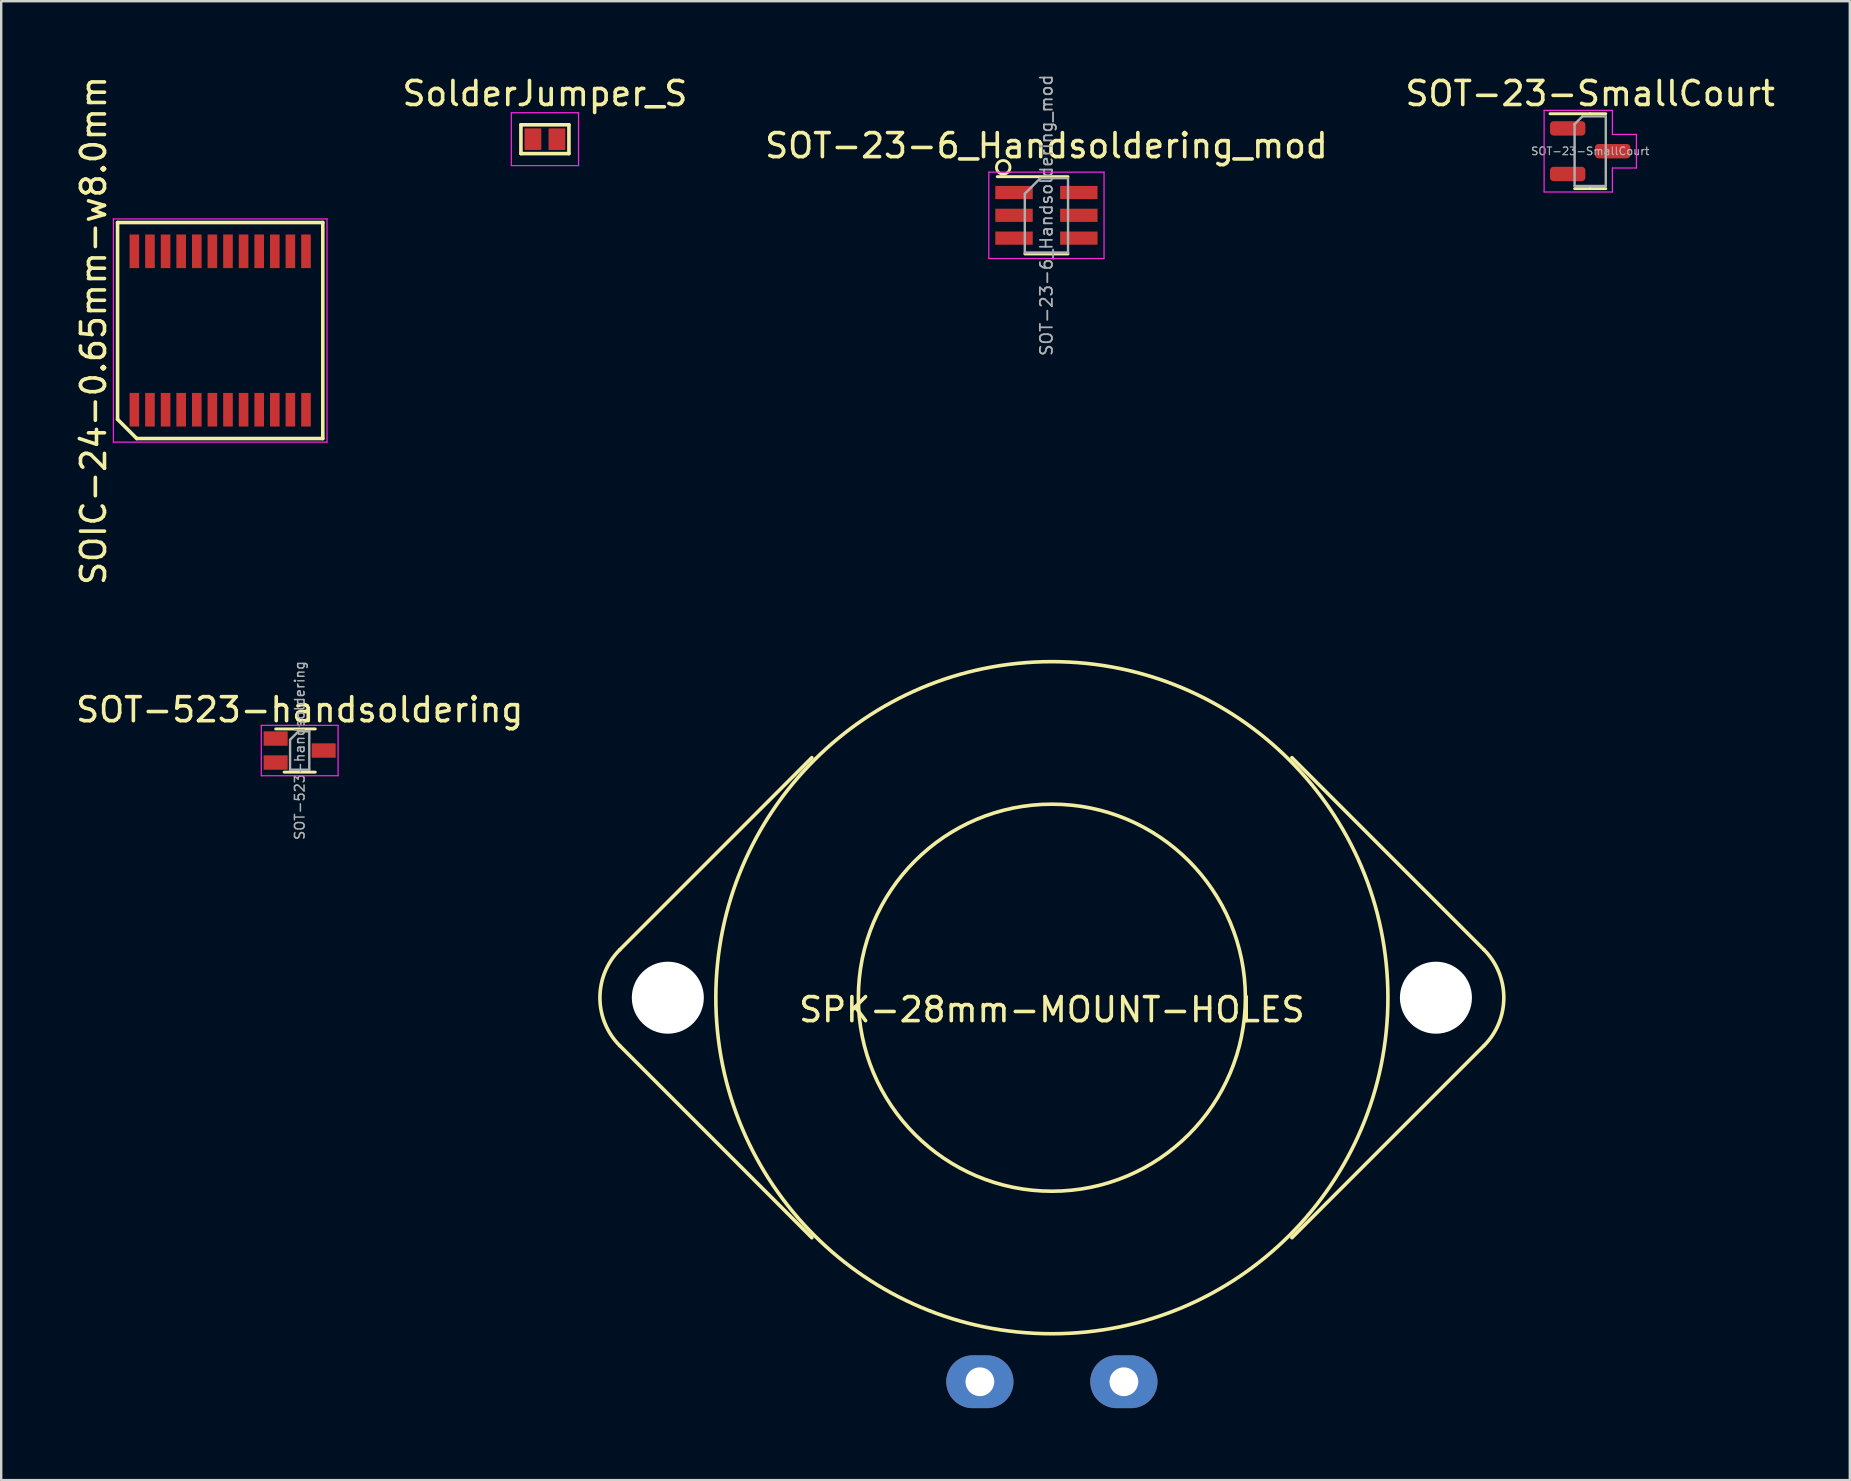
<source format=kicad_pcb>
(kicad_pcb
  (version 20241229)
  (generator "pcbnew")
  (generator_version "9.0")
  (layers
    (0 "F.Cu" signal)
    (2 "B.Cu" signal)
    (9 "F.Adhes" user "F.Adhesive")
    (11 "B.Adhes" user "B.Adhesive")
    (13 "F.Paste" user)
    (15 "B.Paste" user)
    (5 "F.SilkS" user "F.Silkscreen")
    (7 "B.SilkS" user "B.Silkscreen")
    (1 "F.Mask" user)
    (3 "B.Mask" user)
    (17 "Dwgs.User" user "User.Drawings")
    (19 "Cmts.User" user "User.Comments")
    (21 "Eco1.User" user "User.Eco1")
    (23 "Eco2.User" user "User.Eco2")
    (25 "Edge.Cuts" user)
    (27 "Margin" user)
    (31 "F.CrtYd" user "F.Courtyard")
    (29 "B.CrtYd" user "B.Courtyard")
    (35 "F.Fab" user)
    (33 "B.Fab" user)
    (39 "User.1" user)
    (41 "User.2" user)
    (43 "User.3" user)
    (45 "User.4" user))
  (footprint "SPK-28mm-MOUNT-HOLES"
    (layer "F.Cu")
    (at 40.772 38.515)
    (property "Reference" "SPK-28mm-MOUNT-HOLES" (at 0 0.5 0) (layer "F.SilkS") (effects (font (size 1 1) (thickness 0.15))))
    (attr through_hole)
    (fp_line (start -18 -2) (end -10 -10) (stroke (width 0.15) (type solid)) (layer "F.SilkS"))
    (fp_line (start -18 2) (end -10 10) (stroke (width 0.15) (type solid)) (layer "F.SilkS"))
    (fp_line (start 18 -2) (end 10 -10) (stroke (width 0.15) (type solid)) (layer "F.SilkS"))
    (fp_line (start 18 2) (end 10 10) (stroke (width 0.15) (type solid)) (layer "F.SilkS"))
    (fp_arc (start -17.999999 1.999999) (mid -18.828426 0) (end -17.999999 -1.999999) (stroke (width 0.15) (type solid)) (layer "F.SilkS"))
    (fp_arc (start 17.999999 -1.999999) (mid 18.828426 0) (end 17.999999 1.999999) (stroke (width 0.15) (type solid)) (layer "F.SilkS"))
    (fp_circle (center 0 0) (end 8 1) (stroke (width 0.15) (type solid)) (fill no) (layer "F.SilkS"))
    (fp_circle (center 0 0) (end 14 0) (stroke (width 0.15) (type solid)) (fill no) (layer "F.SilkS"))
    (pad "" np_thru_hole circle (at -16 0) (size 3 3) (drill 3) (layers "*.Cu" "*.Mask"))
    (pad "" np_thru_hole circle (at 16 0) (size 3 3) (drill 3) (layers "*.Cu" "*.Mask"))
    (pad "1" thru_hole oval (at -3 16) (size 2.8 2.2) (drill 1.2) (layers "*.Cu" "*.Mask"))
    (pad "2" thru_hole oval (at 3 16) (size 2.8 2.2) (drill 1.2) (layers "*.Cu" "*.Mask")))
  (footprint "SOT-23-SmallCourt"
    (layer "F.Cu")
    (at 63.199 3.248)
    (property "Reference" "SOT-23-SmallCourt" (at 0 -2.4 0) (layer "F.SilkS") (effects (font (size 1 1) (thickness 0.15))))
    (attr smd)
    (fp_line (start 0 -1.56) (end -1.675 -1.56) (stroke (width 0.12) (type solid)) (layer "F.SilkS"))
    (fp_line (start 0 -1.56) (end 0.65 -1.56) (stroke (width 0.12) (type solid)) (layer "F.SilkS"))
    (fp_line (start 0 1.56) (end -0.65 1.56) (stroke (width 0.12) (type solid)) (layer "F.SilkS"))
    (fp_line (start 0 1.56) (end 0.65 1.56) (stroke (width 0.12) (type solid)) (layer "F.SilkS"))
    (fp_line (start -1.92 -1.7) (end -1.92 1.7) (stroke (width 0.05) (type solid)) (layer "F.CrtYd"))
    (fp_line (start -1.92 1.7) (end 0.925 1.7) (stroke (width 0.05) (type solid)) (layer "F.CrtYd"))
    (fp_line (start 0.925 -1.7) (end -1.92 -1.7) (stroke (width 0.05) (type solid)) (layer "F.CrtYd"))
    (fp_line (start 0.925 -1.7) (end 0.925 -0.7) (stroke (width 0.05) (type solid)) (layer "F.CrtYd"))
    (fp_line (start 0.925 -0.7) (end 1.925 -0.7) (stroke (width 0.05) (type solid)) (layer "F.CrtYd"))
    (fp_line (start 0.925 0.7) (end 0.925 1.7) (stroke (width 0.05) (type solid)) (layer "F.CrtYd"))
    (fp_line (start 1.925 -0.7) (end 1.925 0.7) (stroke (width 0.05) (type solid)) (layer "F.CrtYd"))
    (fp_line (start 1.925 0.7) (end 0.925 0.7) (stroke (width 0.05) (type solid)) (layer "F.CrtYd"))
    (fp_line (start -0.65 -1.125) (end -0.325 -1.45) (stroke (width 0.1) (type solid)) (layer "F.Fab"))
    (fp_line (start -0.65 1.45) (end -0.65 -1.125) (stroke (width 0.1) (type solid)) (layer "F.Fab"))
    (fp_line (start -0.325 -1.45) (end 0.65 -1.45) (stroke (width 0.1) (type solid)) (layer "F.Fab"))
    (fp_line (start 0.65 -1.45) (end 0.65 1.45) (stroke (width 0.1) (type solid)) (layer "F.Fab"))
    (fp_line (start 0.65 1.45) (end -0.65 1.45) (stroke (width 0.1) (type solid)) (layer "F.Fab"))
    (fp_text user "${REFERENCE}" (at 0 0 0) (layer "F.Fab") (effects (font (size 0.32 0.32) (thickness 0.05))))
    (pad "1" smd roundrect (at -0.938 -0.95) (size 1.475 0.6) (layers "F.Cu" "F.Mask" "F.Paste") (roundrect_rratio 0.25))
    (pad "2" smd roundrect (at -0.938 0.95) (size 1.475 0.6) (layers "F.Cu" "F.Mask" "F.Paste") (roundrect_rratio 0.25))
    (pad "3" smd roundrect (at 0.938 0) (size 1.475 0.6) (layers "F.Cu" "F.Mask" "F.Paste") (roundrect_rratio 0.25)))
  (footprint "SOT-23-6_Handsoldering_mod"
    (layer "F.Cu")
    (at 40.545 5.92)
    (property "Reference" "SOT-23-6_Handsoldering_mod" (at 0 -2.9 0) (layer "F.SilkS") (effects (font (size 1 1) (thickness 0.15))))
    (attr smd)
    (fp_line (start -0.9 1.61) (end 0.9 1.61) (stroke (width 0.12) (type solid)) (layer "F.SilkS"))
    (fp_line (start 0.9 -1.61) (end -2.05 -1.61) (stroke (width 0.12) (type solid)) (layer "F.SilkS"))
    (fp_circle (center -1.8 -2) (end -1.6 -1.8) (stroke (width 0.12) (type solid)) (fill no) (layer "F.SilkS"))
    (fp_line (start -2.4 -1.8) (end 2.4 -1.8) (stroke (width 0.05) (type solid)) (layer "F.CrtYd"))
    (fp_line (start -2.4 1.8) (end -2.4 -1.8) (stroke (width 0.05) (type solid)) (layer "F.CrtYd"))
    (fp_line (start 2.4 -1.8) (end 2.4 1.8) (stroke (width 0.05) (type solid)) (layer "F.CrtYd"))
    (fp_line (start 2.4 1.8) (end -2.4 1.8) (stroke (width 0.05) (type solid)) (layer "F.CrtYd"))
    (fp_line (start -0.9 -0.9) (end -0.9 1.55) (stroke (width 0.1) (type solid)) (layer "F.Fab"))
    (fp_line (start -0.9 -0.9) (end -0.25 -1.55) (stroke (width 0.1) (type solid)) (layer "F.Fab"))
    (fp_line (start 0.9 -1.55) (end -0.25 -1.55) (stroke (width 0.1) (type solid)) (layer "F.Fab"))
    (fp_line (start 0.9 -1.55) (end 0.9 1.55) (stroke (width 0.1) (type solid)) (layer "F.Fab"))
    (fp_line (start 0.9 1.55) (end -0.9 1.55) (stroke (width 0.1) (type solid)) (layer "F.Fab"))
    (fp_text user "${REFERENCE}" (at 0 0 90) (layer "F.Fab") (effects (font (size 0.5 0.5) (thickness 0.075))))
    (pad "1" smd rect (at -1.35 -0.95) (size 1.56 0.55) (layers "F.Cu" "F.Mask" "F.Paste"))
    (pad "2" smd rect (at -1.35 0) (size 1.56 0.55) (layers "F.Cu" "F.Mask" "F.Paste"))
    (pad "3" smd rect (at -1.35 0.95) (size 1.56 0.55) (layers "F.Cu" "F.Mask" "F.Paste"))
    (pad "4" smd rect (at 1.35 0.95) (size 1.56 0.55) (layers "F.Cu" "F.Mask" "F.Paste"))
    (pad "5" smd rect (at 1.35 0) (size 1.56 0.55) (layers "F.Cu" "F.Mask" "F.Paste"))
    (pad "6" smd rect (at 1.35 -0.95) (size 1.56 0.55) (layers "F.Cu" "F.Mask" "F.Paste")))
  (footprint "SOIC-24-0.65mm-w8.0mm"
    (layer "F.Cu")
    (at 6.123 10.72)
    (property "Reference" "SOIC-24-0.65mm-w8.0mm" (at -5.275 0 90) (layer "F.SilkS") (effects (font (size 1 1) (thickness 0.15))))
    (attr smd)
    (fp_line (start -4.275 -4.5) (end 4.275 -4.5) (stroke (width 0.15) (type solid)) (layer "F.SilkS"))
    (fp_line (start -4.275 3.7) (end -4.275 -4.5) (stroke (width 0.15) (type solid)) (layer "F.SilkS"))
    (fp_line (start -3.475 4.5) (end -4.275 3.7) (stroke (width 0.15) (type solid)) (layer "F.SilkS"))
    (fp_line (start 4.275 -4.5) (end 4.275 4.5) (stroke (width 0.15) (type solid)) (layer "F.SilkS"))
    (fp_line (start 4.275 4.5) (end -3.475 4.5) (stroke (width 0.15) (type solid)) (layer "F.SilkS"))
    (fp_line (start -4.45 -4.65) (end 4.45 -4.65) (stroke (width 0.05) (type solid)) (layer "F.CrtYd"))
    (fp_line (start -4.45 4.65) (end -4.45 -4.65) (stroke (width 0.05) (type solid)) (layer "F.CrtYd"))
    (fp_line (start 4.45 -4.65) (end 4.45 4.65) (stroke (width 0.05) (type solid)) (layer "F.CrtYd"))
    (fp_line (start 4.45 4.65) (end -4.45 4.65) (stroke (width 0.05) (type solid)) (layer "F.CrtYd"))
    (pad "1" smd rect (at -3.575 3.3) (size 0.4 1.4) (layers "F.Cu" "F.Mask" "F.Paste"))
    (pad "2" smd rect (at -2.925 3.3) (size 0.4 1.4) (layers "F.Cu" "F.Mask" "F.Paste"))
    (pad "3" smd rect (at -2.275 3.3) (size 0.4 1.4) (layers "F.Cu" "F.Mask" "F.Paste"))
    (pad "4" smd rect (at -1.625 3.3) (size 0.4 1.4) (layers "F.Cu" "F.Mask" "F.Paste"))
    (pad "5" smd rect (at -0.975 3.3) (size 0.4 1.4) (layers "F.Cu" "F.Mask" "F.Paste"))
    (pad "6" smd rect (at -0.325 3.3) (size 0.4 1.4) (layers "F.Cu" "F.Mask" "F.Paste"))
    (pad "7" smd rect (at 0.325 3.3) (size 0.4 1.4) (layers "F.Cu" "F.Mask" "F.Paste"))
    (pad "8" smd rect (at 0.975 3.3) (size 0.4 1.4) (layers "F.Cu" "F.Mask" "F.Paste"))
    (pad "9" smd rect (at 1.625 3.3) (size 0.4 1.4) (layers "F.Cu" "F.Mask" "F.Paste"))
    (pad "10" smd rect (at 2.275 3.3) (size 0.4 1.4) (layers "F.Cu" "F.Mask" "F.Paste"))
    (pad "11" smd rect (at 2.925 3.3) (size 0.4 1.4) (layers "F.Cu" "F.Mask" "F.Paste"))
    (pad "12" smd rect (at 3.575 3.3) (size 0.4 1.4) (layers "F.Cu" "F.Mask" "F.Paste"))
    (pad "13" smd rect (at 3.575 -3.3) (size 0.4 1.4) (layers "F.Cu" "F.Mask" "F.Paste"))
    (pad "14" smd rect (at 2.925 -3.3) (size 0.4 1.4) (layers "F.Cu" "F.Mask" "F.Paste"))
    (pad "15" smd rect (at 2.275 -3.3) (size 0.4 1.4) (layers "F.Cu" "F.Mask" "F.Paste"))
    (pad "16" smd rect (at 1.625 -3.3) (size 0.4 1.4) (layers "F.Cu" "F.Mask" "F.Paste"))
    (pad "17" smd rect (at 0.975 -3.3) (size 0.4 1.4) (layers "F.Cu" "F.Mask" "F.Paste"))
    (pad "18" smd rect (at 0.325 -3.3) (size 0.4 1.4) (layers "F.Cu" "F.Mask" "F.Paste"))
    (pad "19" smd rect (at -0.325 -3.3) (size 0.4 1.4) (layers "F.Cu" "F.Mask" "F.Paste"))
    (pad "20" smd rect (at -0.975 -3.3) (size 0.4 1.4) (layers "F.Cu" "F.Mask" "F.Paste"))
    (pad "21" smd rect (at -1.625 -3.3) (size 0.4 1.4) (layers "F.Cu" "F.Mask" "F.Paste"))
    (pad "22" smd rect (at -2.275 -3.3) (size 0.4 1.4) (layers "F.Cu" "F.Mask" "F.Paste"))
    (pad "23" smd rect (at -2.925 -3.3) (size 0.4 1.4) (layers "F.Cu" "F.Mask" "F.Paste"))
    (pad "24" smd rect (at -3.575 -3.3) (size 0.4 1.4) (layers "F.Cu" "F.Mask" "F.Paste")))
  (footprint "SOT-523-handsoldering"
    (layer "F.Cu")
    (at 9.435 28.218)
    (property "Reference" "SOT-523-handsoldering" (at 0 -1.7 0) (layer "F.SilkS") (effects (font (size 1 1) (thickness 0.15))))
    (attr smd)
    (fp_line (start -1 -0.9) (end 0.65 -0.9) (stroke (width 0.12) (type solid)) (layer "F.SilkS"))
    (fp_line (start 0.65 0.9) (end -0.65 0.9) (stroke (width 0.12) (type solid)) (layer "F.SilkS"))
    (fp_line (start -1.6 -1.05) (end -1.6 1.05) (stroke (width 0.05) (type solid)) (layer "F.CrtYd"))
    (fp_line (start -1.6 -1.05) (end 1.6 -1.05) (stroke (width 0.05) (type solid)) (layer "F.CrtYd"))
    (fp_line (start 1.6 1.05) (end -1.6 1.05) (stroke (width 0.05) (type solid)) (layer "F.CrtYd"))
    (fp_line (start 1.6 1.05) (end 1.6 -1.05) (stroke (width 0.05) (type solid)) (layer "F.CrtYd"))
    (fp_line (start -0.4 -0.45) (end -0.4 0.8) (stroke (width 0.1) (type solid)) (layer "F.Fab"))
    (fp_line (start -0.4 -0.45) (end -0.05 -0.8) (stroke (width 0.1) (type solid)) (layer "F.Fab"))
    (fp_line (start -0.4 0.8) (end 0.4 0.8) (stroke (width 0.1) (type solid)) (layer "F.Fab"))
    (fp_line (start 0.4 -0.8) (end -0.05 -0.8) (stroke (width 0.1) (type solid)) (layer "F.Fab"))
    (fp_line (start 0.4 0.8) (end 0.4 -0.8) (stroke (width 0.1) (type solid)) (layer "F.Fab"))
    (fp_text user "${REFERENCE}" (at 0 0 270) (layer "F.Fab") (effects (font (size 0.4 0.4) (thickness 0.062))))
    (pad "1" smd rect (at -1 -0.5 180) (size 1 0.6) (layers "F.Cu" "F.Mask" "F.Paste"))
    (pad "2" smd rect (at -1 0.5 180) (size 1 0.6) (layers "F.Cu" "F.Mask" "F.Paste"))
    (pad "3" smd rect (at 1 0 180) (size 1 0.6) (layers "F.Cu" "F.Mask" "F.Paste")))
  (footprint "SolderJumper_S"
    (layer "F.Cu")
    (at 19.652 2.748)
    (property "Reference" "SolderJumper_S" (at 0 -1.9 0) (layer "F.SilkS") (effects (font (size 1 1) (thickness 0.15))))
    (attr smd)
    (fp_line (start -1 -0.6) (end 1 -0.6) (stroke (width 0.15) (type solid)) (layer "F.SilkS"))
    (fp_line (start -1 0.6) (end -1 -0.6) (stroke (width 0.15) (type solid)) (layer "F.SilkS"))
    (fp_line (start 1 -0.6) (end 1 0.6) (stroke (width 0.15) (type solid)) (layer "F.SilkS"))
    (fp_line (start 1 0.6) (end -1 0.6) (stroke (width 0.15) (type solid)) (layer "F.SilkS"))
    (fp_line (start -1.4 -1.1) (end -1.4 1.1) (stroke (width 0.05) (type solid)) (layer "F.CrtYd"))
    (fp_line (start -1.4 -1.1) (end 1.4 -1.1) (stroke (width 0.05) (type solid)) (layer "F.CrtYd"))
    (fp_line (start -1.4 1.1) (end 1.4 1.1) (stroke (width 0.05) (type solid)) (layer "F.CrtYd"))
    (fp_line (start 1.4 -1.1) (end 1.4 1.1) (stroke (width 0.05) (type solid)) (layer "F.CrtYd"))
    (pad "1" smd rect (at -0.5 0) (size 0.7 0.9) (layers "F.Cu" "F.Mask" "F.Paste"))
    (pad "2" smd rect (at 0.5 0) (size 0.7 0.9) (layers "F.Cu" "F.Mask" "F.Paste")))
  (gr_rect
    (start -3 -3)
    (end 74.015 58.615)
    (stroke (width 0.1) (type default))
    (fill no)
    (layer "Edge.Cuts")))
</source>
